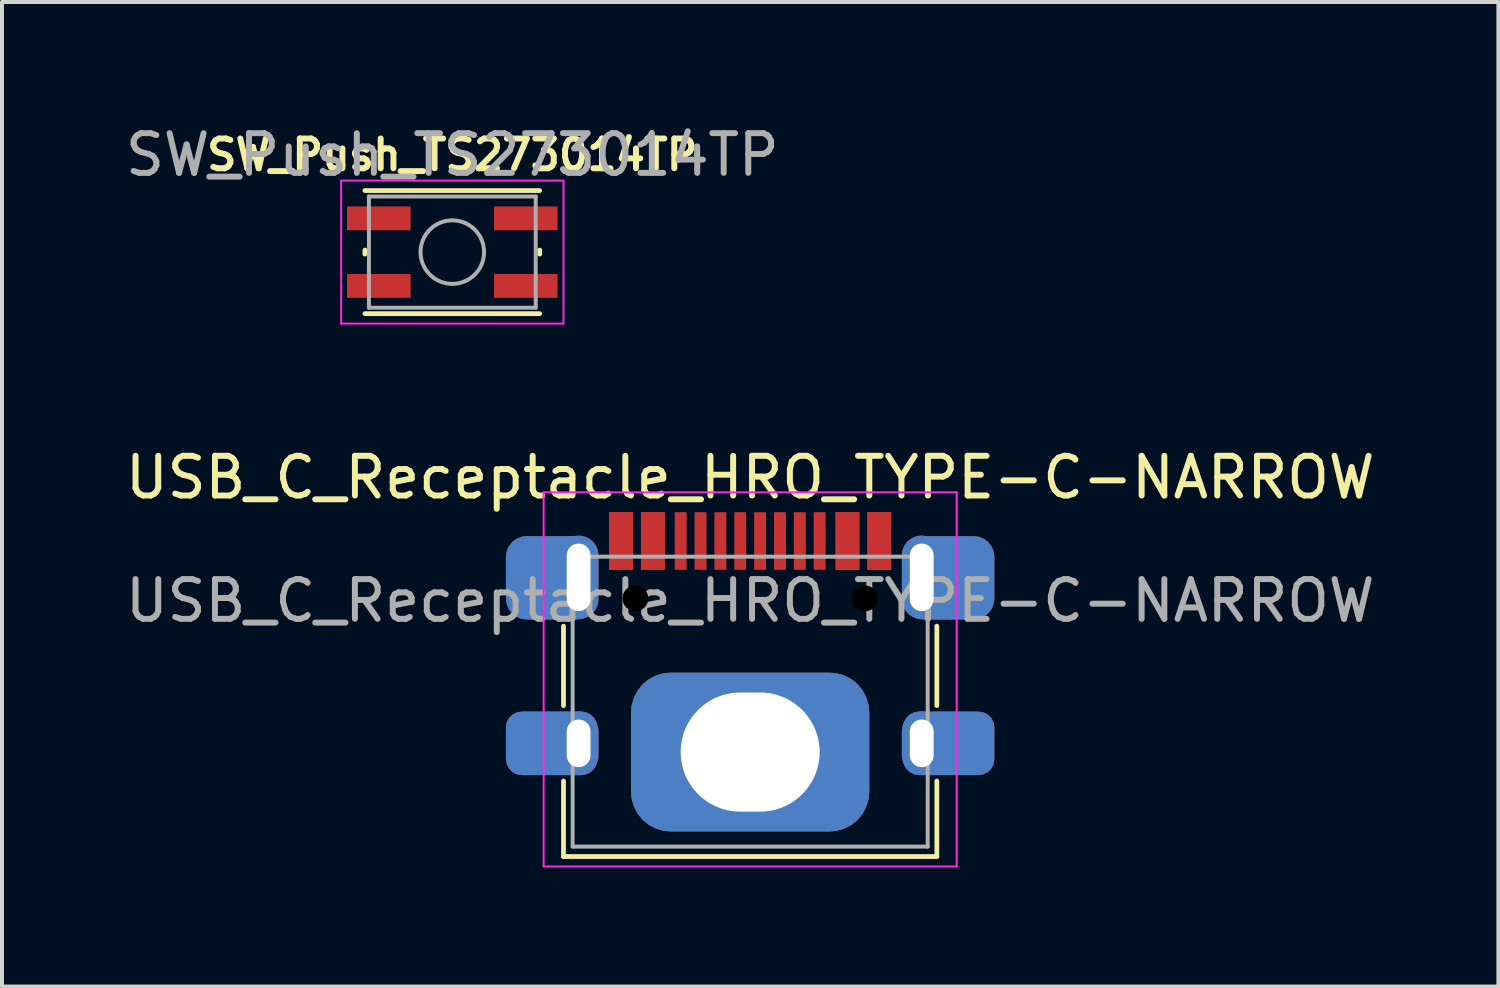
<source format=kicad_pcb>
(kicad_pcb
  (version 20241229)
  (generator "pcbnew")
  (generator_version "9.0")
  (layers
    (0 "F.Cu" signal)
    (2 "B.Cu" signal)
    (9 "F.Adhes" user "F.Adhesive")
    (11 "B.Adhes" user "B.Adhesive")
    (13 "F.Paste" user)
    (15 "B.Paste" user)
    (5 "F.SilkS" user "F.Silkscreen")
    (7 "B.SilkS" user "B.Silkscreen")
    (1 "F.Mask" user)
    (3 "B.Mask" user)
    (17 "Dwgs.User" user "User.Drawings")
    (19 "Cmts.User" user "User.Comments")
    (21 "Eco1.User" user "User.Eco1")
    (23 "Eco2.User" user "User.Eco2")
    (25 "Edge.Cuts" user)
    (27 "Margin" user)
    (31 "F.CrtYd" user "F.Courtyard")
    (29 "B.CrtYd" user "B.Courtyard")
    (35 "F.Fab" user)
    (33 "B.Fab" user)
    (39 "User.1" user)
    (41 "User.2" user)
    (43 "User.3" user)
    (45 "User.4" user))
  (footprint "USB_C_Receptacle_HRO_TYPE-C-NARROW"
    (layer "F.Cu")
    (at 15.839 14.617)
    (property "Reference" "USB_C_Receptacle_HRO_TYPE-C-NARROW" (at 0 -5.645 0) (layer "F.SilkS") (effects (font (size 1 1) (thickness 0.15))))
    (attr smd)
    (fp_line (start -4.7 -1.9) (end -4.7 0.1) (stroke (width 0.12) (type solid)) (layer "F.SilkS"))
    (fp_line (start -4.7 2) (end -4.7 3.9) (stroke (width 0.12) (type solid)) (layer "F.SilkS"))
    (fp_line (start -4.7 3.9) (end 4.7 3.9) (stroke (width 0.12) (type solid)) (layer "F.SilkS"))
    (fp_line (start 4.7 -1.9) (end 4.7 0.1) (stroke (width 0.12) (type solid)) (layer "F.SilkS"))
    (fp_line (start 4.7 2) (end 4.7 3.9) (stroke (width 0.12) (type solid)) (layer "F.SilkS"))
    (fp_line (start -5.2 -5.27) (end -5.2 4.15) (stroke (width 0.05) (type solid)) (layer "F.CrtYd"))
    (fp_line (start -5.2 -5.27) (end 5.2 -5.27) (stroke (width 0.05) (type solid)) (layer "F.CrtYd"))
    (fp_line (start -5.2 4.15) (end 5.2 4.15) (stroke (width 0.05) (type solid)) (layer "F.CrtYd"))
    (fp_line (start 5.2 -5.27) (end 5.2 4.15) (stroke (width 0.05) (type solid)) (layer "F.CrtYd"))
    (fp_line (start -4.47 -3.65) (end -4.47 3.65) (stroke (width 0.1) (type solid)) (layer "F.Fab"))
    (fp_line (start -4.47 -3.65) (end 4.47 -3.65) (stroke (width 0.1) (type solid)) (layer "F.Fab"))
    (fp_line (start -4.47 3.65) (end 4.47 3.65) (stroke (width 0.1) (type solid)) (layer "F.Fab"))
    (fp_line (start 4.47 -3.65) (end 4.47 3.65) (stroke (width 0.1) (type solid)) (layer "F.Fab"))
    (fp_text user "${REFERENCE}" (at 0 -2.54 0) (layer "F.Fab") (effects (font (size 1 1) (thickness 0.15))))
    (pad "" np_thru_hole circle (at -2.89 -2.6) (size 0.65 0.65) (drill 0.65) (layers "*.Mask"))
    (pad "" np_thru_hole circle (at 2.89 -2.6) (size 0.65 0.65) (drill 0.65) (layers "*.Mask"))
    (pad "A1" smd rect (at -3.25 -4.045) (size 0.6 1.45) (layers "F.Cu" "F.Mask" "F.Paste"))
    (pad "A4" smd rect (at -2.45 -4.045) (size 0.6 1.45) (layers "F.Cu" "F.Mask" "F.Paste"))
    (pad "A5" smd rect (at -1.25 -4.045) (size 0.3 1.45) (layers "F.Cu" "F.Mask" "F.Paste"))
    (pad "A6" smd rect (at -0.25 -4.045) (size 0.3 1.45) (layers "F.Cu" "F.Mask" "F.Paste"))
    (pad "A7" smd rect (at 0.25 -4.045) (size 0.3 1.45) (layers "F.Cu" "F.Mask" "F.Paste"))
    (pad "A8" smd rect (at 1.25 -4.045) (size 0.3 1.45) (layers "F.Cu" "F.Mask" "F.Paste"))
    (pad "A9" smd rect (at 2.45 -4.045) (size 0.6 1.45) (layers "F.Cu" "F.Mask" "F.Paste"))
    (pad "A12" smd rect (at 3.25 -4.045) (size 0.6 1.45) (layers "F.Cu" "F.Mask" "F.Paste"))
    (pad "B1" smd rect (at 3.25 -4.045) (size 0.6 1.45) (layers "F.Cu" "F.Mask" "F.Paste"))
    (pad "B4" smd rect (at 2.45 -4.045) (size 0.6 1.45) (layers "F.Cu" "F.Mask" "F.Paste"))
    (pad "B5" smd rect (at 1.75 -4.045) (size 0.3 1.45) (layers "F.Cu" "F.Mask" "F.Paste"))
    (pad "B6" smd rect (at 0.75 -4.045) (size 0.3 1.45) (layers "F.Cu" "F.Mask" "F.Paste"))
    (pad "B7" smd rect (at -0.75 -4.045) (size 0.3 1.45) (layers "F.Cu" "F.Mask" "F.Paste"))
    (pad "B8" smd rect (at -1.75 -4.045) (size 0.3 1.45) (layers "F.Cu" "F.Mask" "F.Paste"))
    (pad "B9" smd rect (at -2.45 -4.045) (size 0.6 1.45) (layers "F.Cu" "F.Mask" "F.Paste"))
    (pad "B12" smd rect (at -3.25 -4.045) (size 0.6 1.45) (layers "F.Cu" "F.Mask" "F.Paste"))
    (pad "S1" smd roundrect (at -5 -3.118) (size 2.3 2.1) (layers "F.Cu" "F.Mask" "F.Paste") (roundrect_rratio 0.25))
    (pad "S1" smd roundrect (at -5 -3.118) (size 2.3 2.1) (layers "B.Cu" "B.Mask" "B.Paste") (roundrect_rratio 0.25))
    (pad "S1" smd roundrect (at -5 1.05) (size 2.3 1.6) (layers "F.Cu" "F.Mask" "F.Paste") (roundrect_rratio 0.25))
    (pad "S1" smd roundrect (at -5 1.05) (size 2.3 1.6) (layers "B.Cu" "B.Mask" "B.Paste") (roundrect_rratio 0.25))
    (pad "S1" thru_hole oval (at -4.32 -3.13) (size 1 2.1) (drill oval 0.6 1.7) (layers "*.Cu" "*.Mask"))
    (pad "S1" thru_hole oval (at -4.32 1.05) (size 1 1.6) (drill oval 0.6 1.2) (layers "*.Cu" "*.Mask"))
    (pad "S1" thru_hole roundrect (at 0 1.27 180) (size 6 4) (drill oval 3.5 3) (layers "*.Cu" "*.Mask") (roundrect_rratio 0.25))
    (pad "S1" thru_hole oval (at 4.32 -3.13) (size 1 2.1) (drill oval 0.6 1.7) (layers "*.Cu" "*.Mask"))
    (pad "S1" thru_hole oval (at 4.32 1.05) (size 1 1.6) (drill oval 0.6 1.2) (layers "*.Cu" "*.Mask"))
    (pad "S1" smd roundrect (at 5 -3.118) (size 2.3 2.1) (layers "F.Cu" "F.Mask" "F.Paste") (roundrect_rratio 0.25))
    (pad "S1" smd roundrect (at 5 -3.118) (size 2.3 2.1) (layers "B.Cu" "B.Mask" "B.Paste") (roundrect_rratio 0.25))
    (pad "S1" smd roundrect (at 5 1.05) (size 2.3 1.6) (layers "F.Cu" "F.Mask" "F.Paste") (roundrect_rratio 0.25))
    (pad "S1" smd roundrect (at 5 1.05) (size 2.3 1.6) (layers "B.Cu" "B.Mask" "B.Paste") (roundrect_rratio 0.25)))
  (footprint "SW_Push_TS273014TP"
    (layer "F.Cu")
    (at 8.339 3.298)
    (property "Reference" "SW_Push_TS273014TP" (at 0 -2.45 0) (layer "F.SilkS") (effects (font (size 0.75 0.75) (thickness 0.15))))
    (attr smd)
    (fp_line (start -2.2 0.05) (end -2.2 -0.05) (stroke (width 0.12) (type solid)) (layer "F.SilkS"))
    (fp_line (start -2.2 1.55) (end 2.2 1.55) (stroke (width 0.12) (type solid)) (layer "F.SilkS"))
    (fp_line (start 2.2 -1.55) (end -2.2 -1.55) (stroke (width 0.12) (type solid)) (layer "F.SilkS"))
    (fp_line (start 2.2 0.05) (end 2.2 -0.05) (stroke (width 0.12) (type solid)) (layer "F.SilkS"))
    (fp_line (start -2.8 -1.8) (end 2.8 -1.8) (stroke (width 0.05) (type solid)) (layer "F.CrtYd"))
    (fp_line (start -2.8 1.8) (end -2.8 -1.8) (stroke (width 0.05) (type solid)) (layer "F.CrtYd"))
    (fp_line (start 2.8 -1.8) (end 2.8 1.8) (stroke (width 0.05) (type solid)) (layer "F.CrtYd"))
    (fp_line (start 2.8 1.8) (end -2.8 1.8) (stroke (width 0.05) (type solid)) (layer "F.CrtYd"))
    (fp_line (start -2.1 -1.4) (end 2.1 -1.4) (stroke (width 0.1) (type solid)) (layer "F.Fab"))
    (fp_line (start -2.1 1.4) (end -2.1 -1.4) (stroke (width 0.1) (type solid)) (layer "F.Fab"))
    (fp_line (start 2.1 -1.4) (end 2.1 1.4) (stroke (width 0.1) (type solid)) (layer "F.Fab"))
    (fp_line (start 2.1 1.4) (end -2.1 1.4) (stroke (width 0.1) (type solid)) (layer "F.Fab"))
    (fp_circle (center 0 0) (end 0 0.8) (stroke (width 0.1) (type solid)) (fill no) (layer "F.Fab"))
    (fp_text user "${REFERENCE}" (at 0 -2.45 0) (layer "F.Fab") (effects (font (size 1 1) (thickness 0.15))))
    (pad "1" smd rect (at -1.85 -0.85) (size 1.6 0.6) (layers "F.Cu" "F.Mask" "F.Paste"))
    (pad "1" smd rect (at 1.85 -0.85) (size 1.6 0.6) (layers "F.Cu" "F.Mask" "F.Paste"))
    (pad "2" smd rect (at -1.85 0.85) (size 1.6 0.6) (layers "F.Cu" "F.Mask" "F.Paste"))
    (pad "2" smd rect (at 1.85 0.85) (size 1.6 0.6) (layers "F.Cu" "F.Mask" "F.Paste")))
  (gr_rect
    (start -3 -3)
    (end 34.679 21.791)
    (stroke (width 0.1) (type default))
    (fill no)
    (layer "Edge.Cuts")))
</source>
